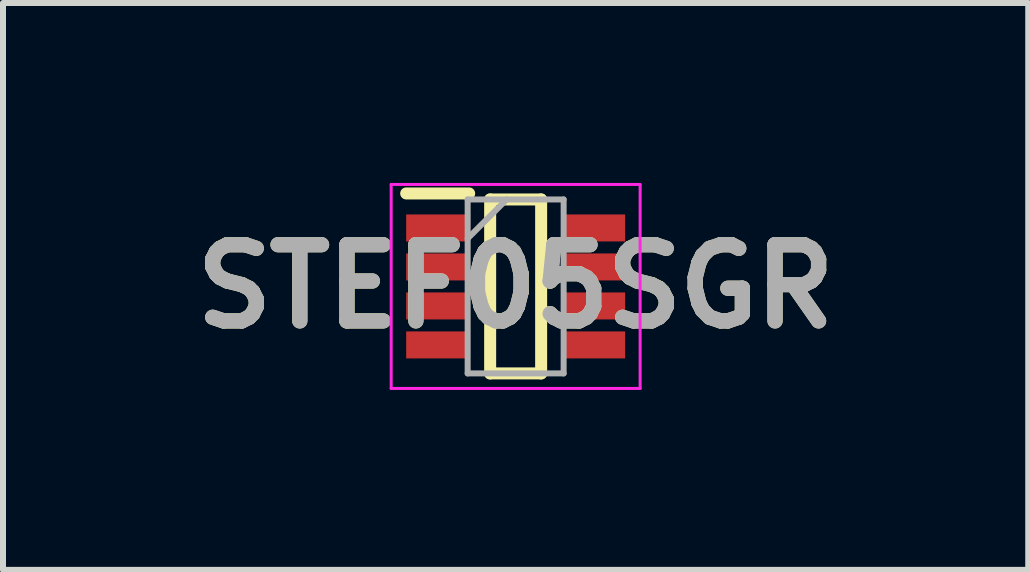
<source format=kicad_pcb>
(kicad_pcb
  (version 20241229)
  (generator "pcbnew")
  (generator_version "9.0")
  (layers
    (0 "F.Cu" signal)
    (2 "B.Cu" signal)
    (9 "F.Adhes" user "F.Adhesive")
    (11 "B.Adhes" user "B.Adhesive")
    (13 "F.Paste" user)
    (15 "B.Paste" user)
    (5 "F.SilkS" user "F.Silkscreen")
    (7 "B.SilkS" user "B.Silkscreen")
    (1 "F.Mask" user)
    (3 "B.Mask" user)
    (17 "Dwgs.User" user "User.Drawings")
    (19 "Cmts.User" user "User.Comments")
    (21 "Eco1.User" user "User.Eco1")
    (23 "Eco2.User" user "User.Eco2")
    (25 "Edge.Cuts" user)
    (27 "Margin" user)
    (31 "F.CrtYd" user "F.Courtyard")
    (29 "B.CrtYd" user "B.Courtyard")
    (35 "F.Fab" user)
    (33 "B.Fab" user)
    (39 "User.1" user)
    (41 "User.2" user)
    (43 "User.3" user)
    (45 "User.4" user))
  (footprint "STEF05SGR"
    (layer "F.Cu")
    (at 5.546 1.725)
    (property "Reference" "STEF05SGR" (at 0 0 0) (layer "F.SilkS") (effects (font (size 1.27 1.27) (thickness 0.254))))
    (attr smd)
    (fp_line (start -1.825 -1.55) (end -0.775 -1.55) (stroke (width 0.2) (type solid)) (layer "F.SilkS"))
    (fp_line (start -0.425 -1.45) (end 0.425 -1.45) (stroke (width 0.2) (type solid)) (layer "F.SilkS"))
    (fp_line (start -0.425 1.45) (end -0.425 -1.45) (stroke (width 0.2) (type solid)) (layer "F.SilkS"))
    (fp_line (start 0.425 -1.45) (end 0.425 1.45) (stroke (width 0.2) (type solid)) (layer "F.SilkS"))
    (fp_line (start 0.425 1.45) (end -0.425 1.45) (stroke (width 0.2) (type solid)) (layer "F.SilkS"))
    (fp_line (start -2.075 -1.7) (end 2.075 -1.7) (stroke (width 0.05) (type solid)) (layer "F.CrtYd"))
    (fp_line (start -2.075 1.7) (end -2.075 -1.7) (stroke (width 0.05) (type solid)) (layer "F.CrtYd"))
    (fp_line (start 2.075 -1.7) (end 2.075 1.7) (stroke (width 0.05) (type solid)) (layer "F.CrtYd"))
    (fp_line (start 2.075 1.7) (end -2.075 1.7) (stroke (width 0.05) (type solid)) (layer "F.CrtYd"))
    (fp_line (start -0.8 -1.45) (end 0.8 -1.45) (stroke (width 0.1) (type solid)) (layer "F.Fab"))
    (fp_line (start -0.8 -0.8) (end -0.15 -1.45) (stroke (width 0.1) (type solid)) (layer "F.Fab"))
    (fp_line (start -0.8 1.45) (end -0.8 -1.45) (stroke (width 0.1) (type solid)) (layer "F.Fab"))
    (fp_line (start 0.8 -1.45) (end 0.8 1.45) (stroke (width 0.1) (type solid)) (layer "F.Fab"))
    (fp_line (start 0.8 1.45) (end -0.8 1.45) (stroke (width 0.1) (type solid)) (layer "F.Fab"))
    (fp_text user "${REFERENCE}" (at 0 0 0) (layer "F.Fab") (effects (font (size 1.27 1.27) (thickness 0.254))))
    (pad "1" smd rect (at -1.3 -0.975 90) (size 0.45 1.05) (layers "F.Cu" "F.Mask" "F.Paste"))
    (pad "2" smd rect (at -1.3 -0.325 90) (size 0.45 1.05) (layers "F.Cu" "F.Mask" "F.Paste"))
    (pad "3" smd rect (at -1.3 0.325 90) (size 0.45 1.05) (layers "F.Cu" "F.Mask" "F.Paste"))
    (pad "4" smd rect (at -1.3 0.975 90) (size 0.45 1.05) (layers "F.Cu" "F.Mask" "F.Paste"))
    (pad "5" smd rect (at 1.3 0.975 90) (size 0.45 1.05) (layers "F.Cu" "F.Mask" "F.Paste"))
    (pad "6" smd rect (at 1.3 0.325 90) (size 0.45 1.05) (layers "F.Cu" "F.Mask" "F.Paste"))
    (pad "7" smd rect (at 1.3 -0.325 90) (size 0.45 1.05) (layers "F.Cu" "F.Mask" "F.Paste"))
    (pad "8" smd rect (at 1.3 -0.975 90) (size 0.45 1.05) (layers "F.Cu" "F.Mask" "F.Paste")))
  (gr_rect
    (start -3 -3)
    (end 14.091 6.45)
    (stroke (width 0.1) (type default))
    (fill no)
    (layer "Edge.Cuts")))
</source>
